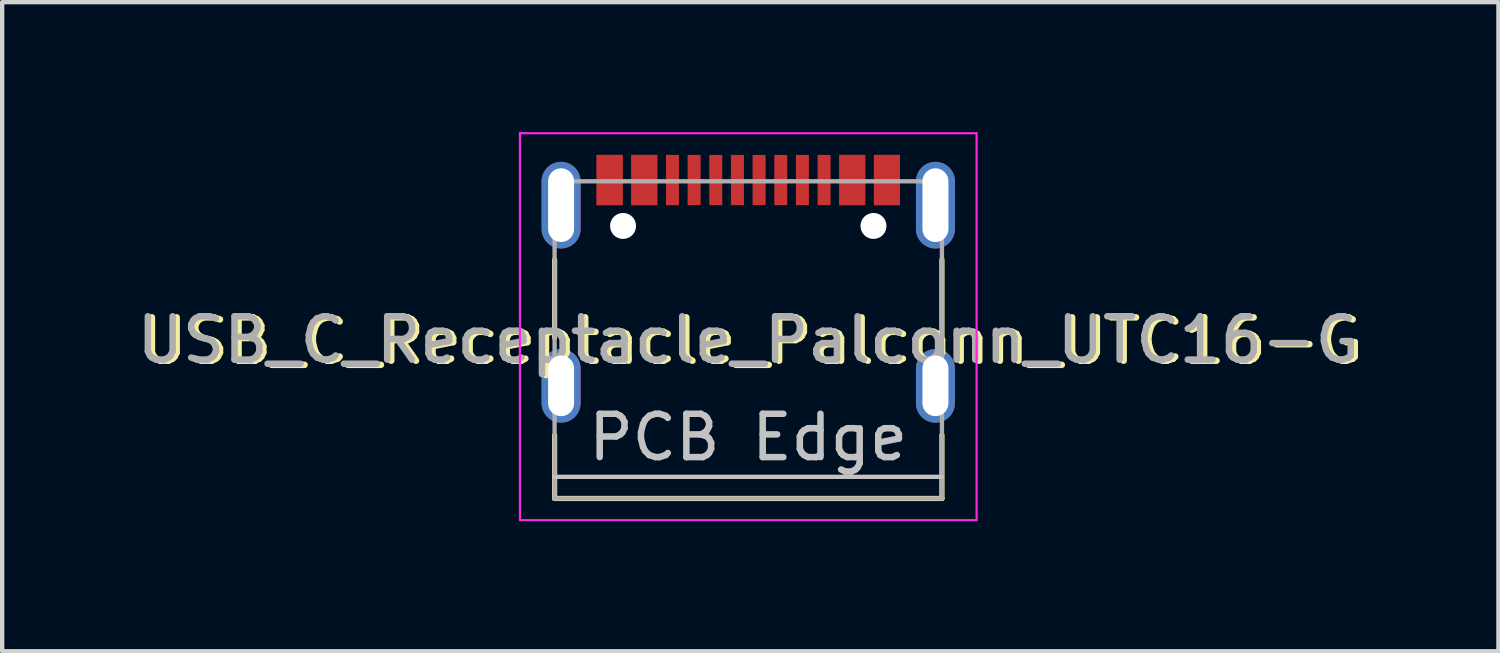
<source format=kicad_pcb>
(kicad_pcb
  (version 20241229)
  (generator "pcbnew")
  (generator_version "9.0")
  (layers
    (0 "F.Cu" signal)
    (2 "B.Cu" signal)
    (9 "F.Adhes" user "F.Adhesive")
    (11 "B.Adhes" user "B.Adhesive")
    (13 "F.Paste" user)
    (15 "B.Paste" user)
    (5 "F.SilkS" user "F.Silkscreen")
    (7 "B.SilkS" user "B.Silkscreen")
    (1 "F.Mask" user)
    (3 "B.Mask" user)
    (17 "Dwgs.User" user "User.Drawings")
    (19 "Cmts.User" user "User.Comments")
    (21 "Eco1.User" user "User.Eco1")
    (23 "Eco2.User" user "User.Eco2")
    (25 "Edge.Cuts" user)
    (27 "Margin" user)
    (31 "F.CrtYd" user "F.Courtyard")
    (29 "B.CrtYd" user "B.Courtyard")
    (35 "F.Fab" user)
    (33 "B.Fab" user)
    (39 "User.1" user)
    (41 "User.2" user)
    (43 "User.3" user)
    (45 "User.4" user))
  (footprint "USB_C_Receptacle_Palconn_UTC16-G"
    (layer "F.Cu")
    (at 14.22 3.615)
    (property "Reference" "USB_C_Receptacle_Palconn_UTC16-G" (at 0.093 1.205 0) (layer "F.SilkS") (effects (font (size 1 1) (thickness 0.15))))
    (attr smd)
    (fp_line (start -4.47 -0.67) (end -4.47 1.13) (stroke (width 0.12) (type solid)) (layer "F.SilkS"))
    (fp_line (start -4.47 4.84) (end -4.47 3.38) (stroke (width 0.12) (type solid)) (layer "F.SilkS"))
    (fp_line (start 4.47 -0.67) (end 4.47 1.13) (stroke (width 0.12) (type solid)) (layer "F.SilkS"))
    (fp_line (start 4.47 4.84) (end -4.47 4.84) (stroke (width 0.12) (type solid)) (layer "F.SilkS"))
    (fp_line (start 4.47 4.84) (end 4.47 3.38) (stroke (width 0.12) (type solid)) (layer "F.SilkS"))
    (fp_line (start -4.47 4.34) (end 4.47 4.34) (stroke (width 0.1) (type solid)) (layer "Dwgs.User"))
    (fp_line (start -5.27 -3.59) (end -5.27 5.34) (stroke (width 0.05) (type solid)) (layer "F.CrtYd"))
    (fp_line (start -5.27 5.34) (end 5.27 5.34) (stroke (width 0.05) (type solid)) (layer "F.CrtYd"))
    (fp_line (start 5.27 -3.59) (end -5.27 -3.59) (stroke (width 0.05) (type solid)) (layer "F.CrtYd"))
    (fp_line (start 5.27 5.34) (end 5.27 -3.59) (stroke (width 0.05) (type solid)) (layer "F.CrtYd"))
    (fp_line (start -4.47 -2.48) (end -4.47 4.84) (stroke (width 0.1) (type solid)) (layer "F.Fab"))
    (fp_line (start -4.47 -2.48) (end 4.47 -2.48) (stroke (width 0.1) (type solid)) (layer "F.Fab"))
    (fp_line (start 4.47 -2.48) (end 4.47 4.84) (stroke (width 0.1) (type solid)) (layer "F.Fab"))
    (fp_line (start 4.47 4.84) (end -4.47 4.84) (stroke (width 0.1) (type solid)) (layer "F.Fab"))
    (fp_text user "PCB Edge" (at 0 3.43 0) (layer "Dwgs.User") (effects (font (size 1 1) (thickness 0.15))))
    (fp_text user "${REFERENCE}" (at 0 1.18 0) (layer "F.Fab") (effects (font (size 1 1) (thickness 0.15))))
    (pad "" np_thru_hole circle (at -2.89 -1.45 180) (size 0.6 0.6) (drill 0.6) (layers "*.Cu" "*.Mask"))
    (pad "" np_thru_hole circle (at 2.89 -1.45 180) (size 0.6 0.6) (drill 0.6) (layers "*.Cu" "*.Mask"))
    (pad "A1" smd rect (at -3.2 -2.51) (size 0.6 1.16) (layers "F.Cu" "F.Mask" "F.Paste"))
    (pad "A4" smd rect (at -2.4 -2.51) (size 0.6 1.16) (layers "F.Cu" "F.Mask" "F.Paste"))
    (pad "A5" smd rect (at -1.25 -2.51 180) (size 0.3 1.16) (layers "F.Cu" "F.Mask" "F.Paste"))
    (pad "A6" smd rect (at -0.25 -2.51 180) (size 0.3 1.16) (layers "F.Cu" "F.Mask" "F.Paste"))
    (pad "A7" smd rect (at 0.25 -2.51 180) (size 0.3 1.16) (layers "F.Cu" "F.Mask" "F.Paste"))
    (pad "A8" smd rect (at 1.25 -2.51 180) (size 0.3 1.16) (layers "F.Cu" "F.Mask" "F.Paste"))
    (pad "A9" smd rect (at 2.4 -2.51) (size 0.6 1.16) (layers "F.Cu" "F.Mask" "F.Paste"))
    (pad "A12" smd rect (at 3.2 -2.51) (size 0.6 1.16) (layers "F.Cu" "F.Mask" "F.Paste"))
    (pad "B1" smd rect (at 3.2 -2.51) (size 0.6 1.16) (layers "F.Cu" "F.Mask" "F.Paste"))
    (pad "B4" smd rect (at 2.4 -2.51) (size 0.6 1.16) (layers "F.Cu" "F.Mask" "F.Paste"))
    (pad "B5" smd rect (at 1.75 -2.51 180) (size 0.3 1.16) (layers "F.Cu" "F.Mask" "F.Paste"))
    (pad "B6" smd rect (at 0.75 -2.51 180) (size 0.3 1.16) (layers "F.Cu" "F.Mask" "F.Paste"))
    (pad "B7" smd rect (at -0.75 -2.51 180) (size 0.3 1.16) (layers "F.Cu" "F.Mask" "F.Paste"))
    (pad "B8" smd rect (at -1.75 -2.51 180) (size 0.3 1.16) (layers "F.Cu" "F.Mask" "F.Paste"))
    (pad "B9" smd rect (at -2.4 -2.51) (size 0.6 1.16) (layers "F.Cu" "F.Mask" "F.Paste"))
    (pad "B12" smd rect (at -3.2 -2.51) (size 0.6 1.16) (layers "F.Cu" "F.Mask" "F.Paste"))
    (pad "S1" thru_hole oval (at -4.32 -1.93 90) (size 2 0.9) (drill oval 1.7 0.6) (layers "*.Cu" "*.Mask"))
    (pad "S1" thru_hole oval (at -4.32 2.24 90) (size 1.7 0.9) (drill oval 1.4 0.6) (layers "*.Cu" "*.Mask"))
    (pad "S1" thru_hole oval (at 4.32 -1.93 90) (size 2 0.9) (drill oval 1.7 0.6) (layers "*.Cu" "*.Mask"))
    (pad "S1" thru_hole oval (at 4.32 2.24 90) (size 1.7 0.9) (drill oval 1.4 0.6) (layers "*.Cu" "*.Mask")))
  (gr_rect
    (start -3 -3)
    (end 31.534 11.98)
    (stroke (width 0.1) (type default))
    (fill no)
    (layer "Edge.Cuts")))
</source>
